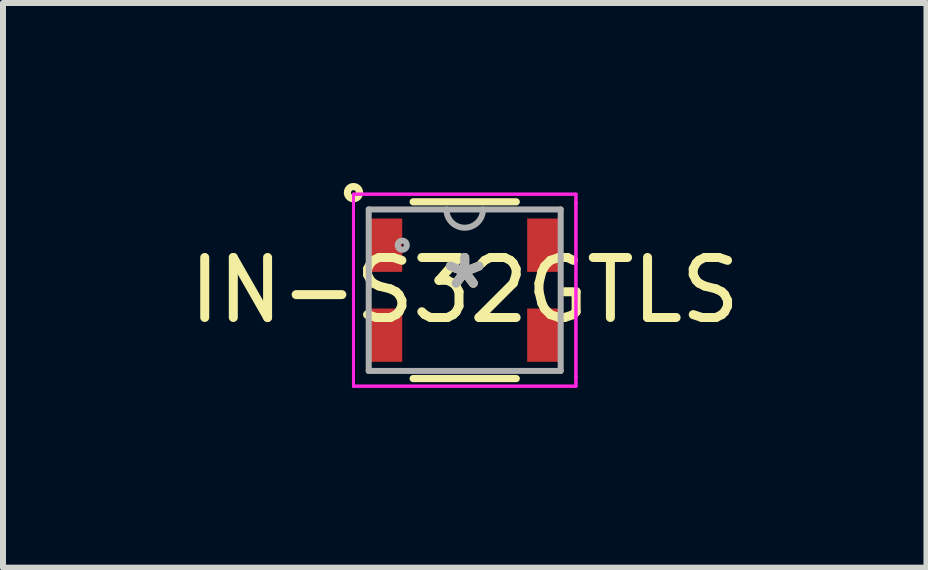
<source format=kicad_pcb>
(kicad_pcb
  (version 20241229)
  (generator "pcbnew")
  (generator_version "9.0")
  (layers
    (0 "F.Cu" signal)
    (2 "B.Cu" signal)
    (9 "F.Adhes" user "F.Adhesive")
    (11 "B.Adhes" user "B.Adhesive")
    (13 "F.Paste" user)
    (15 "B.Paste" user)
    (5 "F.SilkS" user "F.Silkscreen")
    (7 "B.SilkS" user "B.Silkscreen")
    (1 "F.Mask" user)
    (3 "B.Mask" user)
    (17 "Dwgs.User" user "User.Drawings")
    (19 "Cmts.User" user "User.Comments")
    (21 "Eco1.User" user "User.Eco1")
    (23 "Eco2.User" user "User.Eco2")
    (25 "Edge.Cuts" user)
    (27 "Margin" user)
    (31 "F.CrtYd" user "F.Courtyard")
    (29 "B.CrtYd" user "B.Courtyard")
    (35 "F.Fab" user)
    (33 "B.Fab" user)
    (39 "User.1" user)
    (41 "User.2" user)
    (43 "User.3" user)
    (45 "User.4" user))
  (footprint "IN-S32GTLS"
    (layer "F.Cu")
    (at 4.696 1.787)
    (property "Reference" "IN-S32GTLS" (at 0 0 0) (layer "F.SilkS") (effects (font (size 1 1) (thickness 0.15))))
    (attr through_hole)
    (fp_line (start -0.859 1.473) (end 0.859 1.473) (stroke (width 0.12) (type solid)) (layer "F.SilkS"))
    (fp_line (start 0.859 -1.473) (end -0.859 -1.473) (stroke (width 0.12) (type solid)) (layer "F.SilkS"))
    (fp_circle (center -1.854 -1.626) (end -1.753 -1.626) (stroke (width 0.12) (type solid)) (fill no) (layer "F.SilkS"))
    (fp_line (start -1.854 -1.6) (end 1.854 -1.6) (stroke (width 0.05) (type solid)) (layer "F.CrtYd"))
    (fp_line (start -1.854 -1.6) (end 1.854 -1.6) (stroke (width 0.05) (type solid)) (layer "F.CrtYd"))
    (fp_line (start -1.854 -1.448) (end -1.854 -1.6) (stroke (width 0.05) (type solid)) (layer "F.CrtYd"))
    (fp_line (start -1.854 -1.448) (end -1.854 -1.6) (stroke (width 0.05) (type solid)) (layer "F.CrtYd"))
    (fp_line (start -1.854 -1.448) (end -1.854 -1.448) (stroke (width 0.05) (type solid)) (layer "F.CrtYd"))
    (fp_line (start -1.854 -1.448) (end -1.854 -1.448) (stroke (width 0.05) (type solid)) (layer "F.CrtYd"))
    (fp_line (start -1.854 1.448) (end -1.854 -1.448) (stroke (width 0.05) (type solid)) (layer "F.CrtYd"))
    (fp_line (start -1.854 1.448) (end -1.854 -1.448) (stroke (width 0.05) (type solid)) (layer "F.CrtYd"))
    (fp_line (start -1.854 1.448) (end -1.854 1.448) (stroke (width 0.05) (type solid)) (layer "F.CrtYd"))
    (fp_line (start -1.854 1.448) (end -1.854 1.448) (stroke (width 0.05) (type solid)) (layer "F.CrtYd"))
    (fp_line (start -1.854 1.6) (end -1.854 1.448) (stroke (width 0.05) (type solid)) (layer "F.CrtYd"))
    (fp_line (start -1.854 1.6) (end -1.854 1.448) (stroke (width 0.05) (type solid)) (layer "F.CrtYd"))
    (fp_line (start 1.854 -1.6) (end 1.854 -1.448) (stroke (width 0.05) (type solid)) (layer "F.CrtYd"))
    (fp_line (start 1.854 -1.6) (end 1.854 -1.448) (stroke (width 0.05) (type solid)) (layer "F.CrtYd"))
    (fp_line (start 1.854 -1.448) (end 1.854 -1.448) (stroke (width 0.05) (type solid)) (layer "F.CrtYd"))
    (fp_line (start 1.854 -1.448) (end 1.854 -1.448) (stroke (width 0.05) (type solid)) (layer "F.CrtYd"))
    (fp_line (start 1.854 -1.448) (end 1.854 1.448) (stroke (width 0.05) (type solid)) (layer "F.CrtYd"))
    (fp_line (start 1.854 -1.448) (end 1.854 1.448) (stroke (width 0.05) (type solid)) (layer "F.CrtYd"))
    (fp_line (start 1.854 1.448) (end 1.854 1.448) (stroke (width 0.05) (type solid)) (layer "F.CrtYd"))
    (fp_line (start 1.854 1.448) (end 1.854 1.448) (stroke (width 0.05) (type solid)) (layer "F.CrtYd"))
    (fp_line (start 1.854 1.448) (end 1.854 1.6) (stroke (width 0.05) (type solid)) (layer "F.CrtYd"))
    (fp_line (start 1.854 1.448) (end 1.854 1.6) (stroke (width 0.05) (type solid)) (layer "F.CrtYd"))
    (fp_line (start 1.854 1.6) (end -1.854 1.6) (stroke (width 0.05) (type solid)) (layer "F.CrtYd"))
    (fp_line (start 1.854 1.6) (end -1.854 1.6) (stroke (width 0.05) (type solid)) (layer "F.CrtYd"))
    (fp_line (start -1.6 -1.346) (end -1.6 1.346) (stroke (width 0.1) (type solid)) (layer "F.Fab"))
    (fp_line (start -1.6 1.346) (end 1.6 1.346) (stroke (width 0.1) (type solid)) (layer "F.Fab"))
    (fp_line (start 1.6 -1.346) (end -1.6 -1.346) (stroke (width 0.1) (type solid)) (layer "F.Fab"))
    (fp_line (start 1.6 1.346) (end 1.6 -1.346) (stroke (width 0.1) (type solid)) (layer "F.Fab"))
    (fp_arc (start 0.3048 -1.3462) (mid 0 -1.0414) (end -0.3048 -1.3462) (stroke (width 0.1) (type solid)) (layer "F.Fab"))
    (fp_circle (center -1.041 -0.75) (end -0.965 -0.75) (stroke (width 0.1) (type solid)) (fill no) (layer "F.Fab"))
    (fp_text user "*" (at 0 0 0) (layer "F.SilkS") (effects (font (size 1 1) (thickness 0.15))))
    (fp_text user "*" (at 0 0 0) (layer "F.Fab") (effects (font (size 1 1) (thickness 0.15))))
    (pad "1" smd rect (at -1.321 -0.75) (size 0.559 0.889) (layers "F.Cu" "F.Mask" "F.Paste"))
    (pad "2" smd rect (at -1.321 0.75) (size 0.559 0.889) (layers "F.Cu" "F.Mask" "F.Paste"))
    (pad "3" smd rect (at 1.321 0.75) (size 0.559 0.889) (layers "F.Cu" "F.Mask" "F.Paste"))
    (pad "4" smd rect (at 1.321 -0.75) (size 0.559 0.889) (layers "F.Cu" "F.Mask" "F.Paste")))
  (gr_rect
    (start -3 -3)
    (end 12.393 6.412)
    (stroke (width 0.1) (type default))
    (fill no)
    (layer "Edge.Cuts")))
</source>
